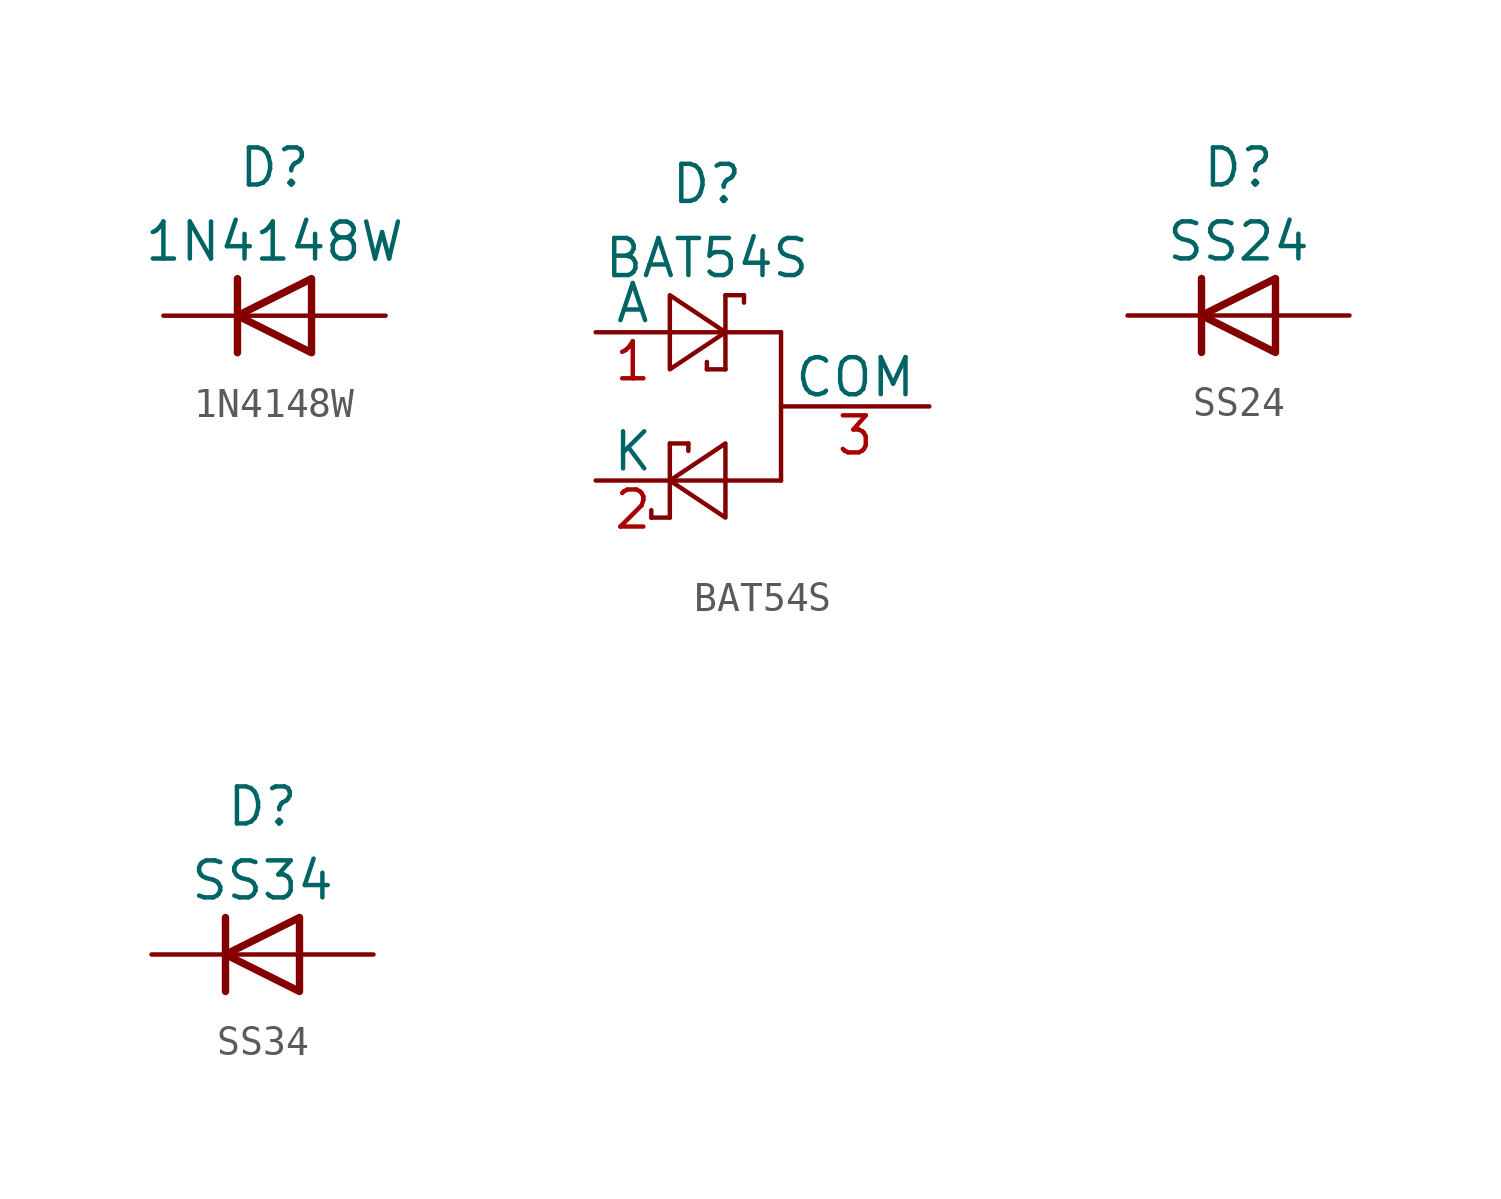
<source format=kicad_sym>
(kicad_symbol_lib
  (version 20220914)
  (generator kicad_symbol_editor)
  (symbol "1N4148W"
    (pin_numbers hide)
    (pin_names
      (offset 1.016) hide)
    (property "Reference" "D"
      (at 0 5.08 0)
      (do_not_autoplace)
      (effects (font (size 1.27 1.27))))
    (property "Value" "1N4148W"
      (at 0 2.54 0)
      (do_not_autoplace)
      (effects (font (size 1.27 1.27))))
    (symbol "1N4148W_0_1"
      (polyline (pts (xy -1.27 1.27) (xy -1.27 -1.27)) (stroke (width 0.254) (type default)) (fill (type none)))
      (polyline (pts (xy 1.27 0) (xy -1.27 0)) (stroke (width 0) (type default)) (fill (type none)))
      (polyline (pts (xy 1.27 1.27) (xy 1.27 -1.27) (xy -1.27 0) (xy 1.27 1.27)) (stroke (width 0.254) (type default)) (fill (type none))))
    (symbol "1N4148W_1_1"
      (pin passive line (at -3.81 0 0) (length 2.54) (name "K" (effects (font (size 1.27 1.27)))) (number "1" (effects (font (size 1.27 1.27)))))
      (pin passive line (at 3.81 0 180) (length 2.54) (name "A" (effects (font (size 1.27 1.27)))) (number "2" (effects (font (size 1.27 1.27)))))))
  (symbol "BAT54S"
    (pin_names
      (offset 0))
    (property "Reference" "D"
      (at 0 7.62 0)
      (do_not_autoplace)
      (effects (font (size 1.27 1.27))))
    (property "Value" "BAT54S"
      (at 0 5.08 0)
      (do_not_autoplace)
      (effects (font (size 1.27 1.27))))
    (symbol "BAT54S_0_1"
      (polyline (pts (xy -1.905 -3.81) (xy -1.905 -3.556)) (stroke (width 0) (type default)) (fill (type none)))
      (polyline (pts (xy -1.27 -3.81) (xy -1.905 -3.81)) (stroke (width 0) (type default)) (fill (type none)))
      (polyline (pts (xy -1.27 -1.27) (xy -1.27 -3.81)) (stroke (width 0) (type default)) (fill (type none)))
      (polyline (pts (xy -1.27 -1.27) (xy -0.635 -1.27)) (stroke (width 0) (type default)) (fill (type none)))
      (polyline (pts (xy -1.27 2.54) (xy 2.54 2.54)) (stroke (width 0) (type default)) (fill (type none)))
      (polyline (pts (xy -0.635 -1.27) (xy -0.635 -1.524)) (stroke (width 0) (type default)) (fill (type none)))
      (polyline (pts (xy 0 1.27) (xy 0 1.524)) (stroke (width 0) (type default)) (fill (type none)))
      (polyline (pts (xy 0.635 1.27) (xy 0 1.27)) (stroke (width 0) (type default)) (fill (type none)))
      (polyline (pts (xy 0.635 1.27) (xy 0.635 3.81)) (stroke (width 0) (type default)) (fill (type none)))
      (polyline (pts (xy 0.635 3.81) (xy 1.27 3.81)) (stroke (width 0) (type default)) (fill (type none)))
      (polyline (pts (xy 1.27 3.81) (xy 1.27 3.556)) (stroke (width 0) (type default)) (fill (type none)))
      (polyline (pts (xy 2.54 -2.54) (xy -1.27 -2.54)) (stroke (width 0) (type default)) (fill (type none)))
      (polyline (pts (xy 2.54 -2.54) (xy 2.54 2.54)) (stroke (width 0) (type default)) (fill (type none)))
      (polyline (pts (xy -1.27 3.81) (xy -1.27 1.27) (xy 0.635 2.54) (xy -1.27 3.81)) (stroke (width 0) (type default)) (fill (type none)))
      (polyline (pts (xy 0.635 -3.81) (xy 0.635 -1.27) (xy -1.27 -2.54) (xy 0.635 -3.81)) (stroke (width 0) (type default)) (fill (type none))))
    (symbol "BAT54S_1_1"
      (pin passive line (at -3.81 2.54 0) (length 2.54) (name "A" (effects (font (size 1.27 1.27)))) (number "1" (effects (font (size 1.27 1.27)))))
      (pin passive line (at -3.81 -2.54 0) (length 2.54) (name "K" (effects (font (size 1.27 1.27)))) (number "2" (effects (font (size 1.27 1.27)))))
      (pin passive line (at 7.62 0 180) (length 5.08) (name "COM" (effects (font (size 1.27 1.27)))) (number "3" (effects (font (size 1.27 1.27)))))))
  (symbol "SS24"
    (pin_numbers hide)
    (pin_names
      (offset 1.016) hide)
    (property "Reference" "D"
      (at 0 5.08 0)
      (effects (font (size 1.27 1.27))))
    (property "Value" "SS24"
      (at 0 2.54 0)
      (effects (font (size 1.27 1.27))))
    (symbol "SS24_0_1"
      (polyline (pts (xy -1.27 1.27) (xy -1.27 -1.27)) (stroke (width 0.254) (type default)) (fill (type none)))
      (polyline (pts (xy 1.27 0) (xy -1.27 0)) (stroke (width 0) (type default)) (fill (type none)))
      (polyline (pts (xy 1.27 1.27) (xy 1.27 -1.27) (xy -1.27 0) (xy 1.27 1.27)) (stroke (width 0.254) (type default)) (fill (type none))))
    (symbol "SS24_1_1"
      (pin passive line (at -3.81 0 0) (length 2.54) (name "K" (effects (font (size 1.27 1.27)))) (number "1" (effects (font (size 1.27 1.27)))))
      (pin passive line (at 3.81 0 180) (length 2.54) (name "A" (effects (font (size 1.27 1.27)))) (number "2" (effects (font (size 1.27 1.27)))))))
  (symbol "SS34"
    (pin_numbers hide)
    (pin_names
      (offset 1.016) hide)
    (property "Reference" "D"
      (at 0 5.08 0)
      (effects (font (size 1.27 1.27))))
    (property "Value" "SS34"
      (at 0 2.54 0)
      (effects (font (size 1.27 1.27))))
    (symbol "SS34_0_1"
      (polyline (pts (xy -1.27 1.27) (xy -1.27 -1.27)) (stroke (width 0.254) (type default)) (fill (type none)))
      (polyline (pts (xy 1.27 0) (xy -1.27 0)) (stroke (width 0) (type default)) (fill (type none)))
      (polyline (pts (xy 1.27 1.27) (xy 1.27 -1.27) (xy -1.27 0) (xy 1.27 1.27)) (stroke (width 0.254) (type default)) (fill (type none))))
    (symbol "SS34_1_1"
      (pin passive line (at -3.81 0 0) (length 2.54) (name "K" (effects (font (size 1.27 1.27)))) (number "1" (effects (font (size 1.27 1.27)))))
      (pin passive line (at 3.81 0 180) (length 2.54) (name "A" (effects (font (size 1.27 1.27)))) (number "2" (effects (font (size 1.27 1.27))))))))
</source>
